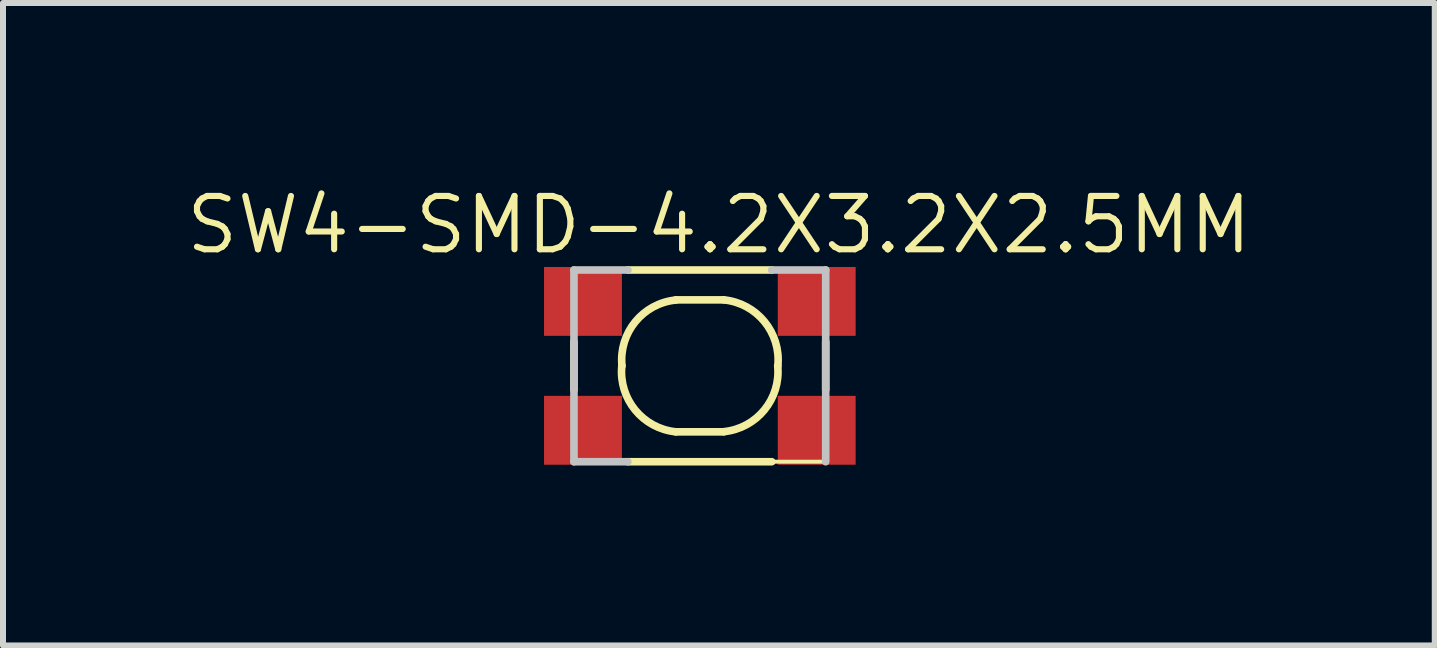
<source format=kicad_pcb>
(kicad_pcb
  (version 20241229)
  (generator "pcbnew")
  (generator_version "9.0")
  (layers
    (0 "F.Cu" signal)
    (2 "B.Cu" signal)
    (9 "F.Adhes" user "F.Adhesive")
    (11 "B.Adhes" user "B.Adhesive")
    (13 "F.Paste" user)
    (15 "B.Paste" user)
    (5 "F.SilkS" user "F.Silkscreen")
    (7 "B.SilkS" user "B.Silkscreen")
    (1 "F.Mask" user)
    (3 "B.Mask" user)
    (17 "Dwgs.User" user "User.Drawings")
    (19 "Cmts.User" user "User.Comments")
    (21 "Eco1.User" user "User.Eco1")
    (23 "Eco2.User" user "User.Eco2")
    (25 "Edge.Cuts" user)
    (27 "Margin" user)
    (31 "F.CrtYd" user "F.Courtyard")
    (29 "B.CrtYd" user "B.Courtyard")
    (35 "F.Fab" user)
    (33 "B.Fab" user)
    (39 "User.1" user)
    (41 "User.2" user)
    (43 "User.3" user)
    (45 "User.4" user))
  (footprint "SW4-SMD-4.2X3.2X2.5MM"
    (layer "F.Cu")
    (at 8.615 3.048)
    (property "Reference" "SW4-SMD-4.2X3.2X2.5MM" (at 0.318 -2.349 0) (layer "F.SilkS") (effects (font (size 0.889 0.889) (thickness 0.102))))
    (attr smd)
    (fp_line (start -2.098 -1.598) (end 2.098 -1.598) (stroke (width 0.066) (type solid)) (layer "F.SilkS"))
    (fp_line (start -2.098 -0.399) (end -2.098 0.399) (stroke (width 0.127) (type solid)) (layer "F.SilkS"))
    (fp_line (start -2.098 1.598) (end -2.098 -1.598) (stroke (width 0.066) (type solid)) (layer "F.SilkS"))
    (fp_line (start -2.098 1.598) (end 2.098 1.598) (stroke (width 0.066) (type solid)) (layer "F.SilkS"))
    (fp_line (start -1.199 -1.598) (end 1.199 -1.598) (stroke (width 0.127) (type solid)) (layer "F.SilkS"))
    (fp_line (start -0.399 -1.1) (end 0.399 -1.1) (stroke (width 0.127) (type solid)) (layer "F.SilkS"))
    (fp_line (start 0.399 1.1) (end -0.399 1.1) (stroke (width 0.127) (type solid)) (layer "F.SilkS"))
    (fp_line (start 1.199 1.598) (end -1.199 1.598) (stroke (width 0.127) (type solid)) (layer "F.SilkS"))
    (fp_line (start 2.098 0.399) (end 2.098 -0.399) (stroke (width 0.127) (type solid)) (layer "F.SilkS"))
    (fp_line (start 2.098 1.598) (end 2.098 -1.598) (stroke (width 0.066) (type solid)) (layer "F.SilkS"))
    (fp_arc (start -1.29794 0) (mid -1.075614 -0.734862) (end -0.39878 -1.09728) (stroke (width 0.127) (type solid)) (layer "F.SilkS"))
    (fp_arc (start -0.39878 1.09982) (mid -1.07741 0.736658) (end -1.30048 0) (stroke (width 0.127) (type solid)) (layer "F.SilkS"))
    (fp_arc (start 0.39878 -1.09982) (mid 1.07741 -0.736658) (end 1.30048 0) (stroke (width 0.127) (type solid)) (layer "F.SilkS"))
    (fp_arc (start 1.29794 0) (mid 1.075614 0.734862) (end 0.39878 1.09728) (stroke (width 0.127) (type solid)) (layer "F.SilkS"))
    (fp_line (start -2.098 1.598) (end -2.098 -1.598) (stroke (width 0.127) (type solid)) (layer "Dwgs.User"))
    (fp_line (start -1.199 -1.598) (end -2.098 -1.598) (stroke (width 0.127) (type solid)) (layer "Dwgs.User"))
    (fp_line (start -1.199 1.598) (end -2.098 1.598) (stroke (width 0.127) (type solid)) (layer "Dwgs.User"))
    (fp_line (start 1.199 -1.598) (end 2.098 -1.598) (stroke (width 0.127) (type solid)) (layer "Dwgs.User"))
    (fp_line (start 2.098 -1.598) (end 2.098 1.598) (stroke (width 0.127) (type solid)) (layer "Dwgs.User"))
    (pad "1" smd rect (at -1.948 -1.074) (size 1.298 1.148) (layers "F.Cu" "F.Mask" "F.Paste"))
    (pad "2" smd rect (at 1.948 -1.074) (size 1.298 1.148) (layers "F.Cu" "F.Mask" "F.Paste"))
    (pad "3" smd rect (at -1.948 1.074) (size 1.298 1.148) (layers "F.Cu" "F.Mask" "F.Paste"))
    (pad "4" smd rect (at 1.948 1.074) (size 1.298 1.148) (layers "F.Cu" "F.Mask" "F.Paste")))
  (gr_rect
    (start -3 -3)
    (end 20.865 7.709)
    (stroke (width 0.1) (type default))
    (fill no)
    (layer "Edge.Cuts")))
</source>
